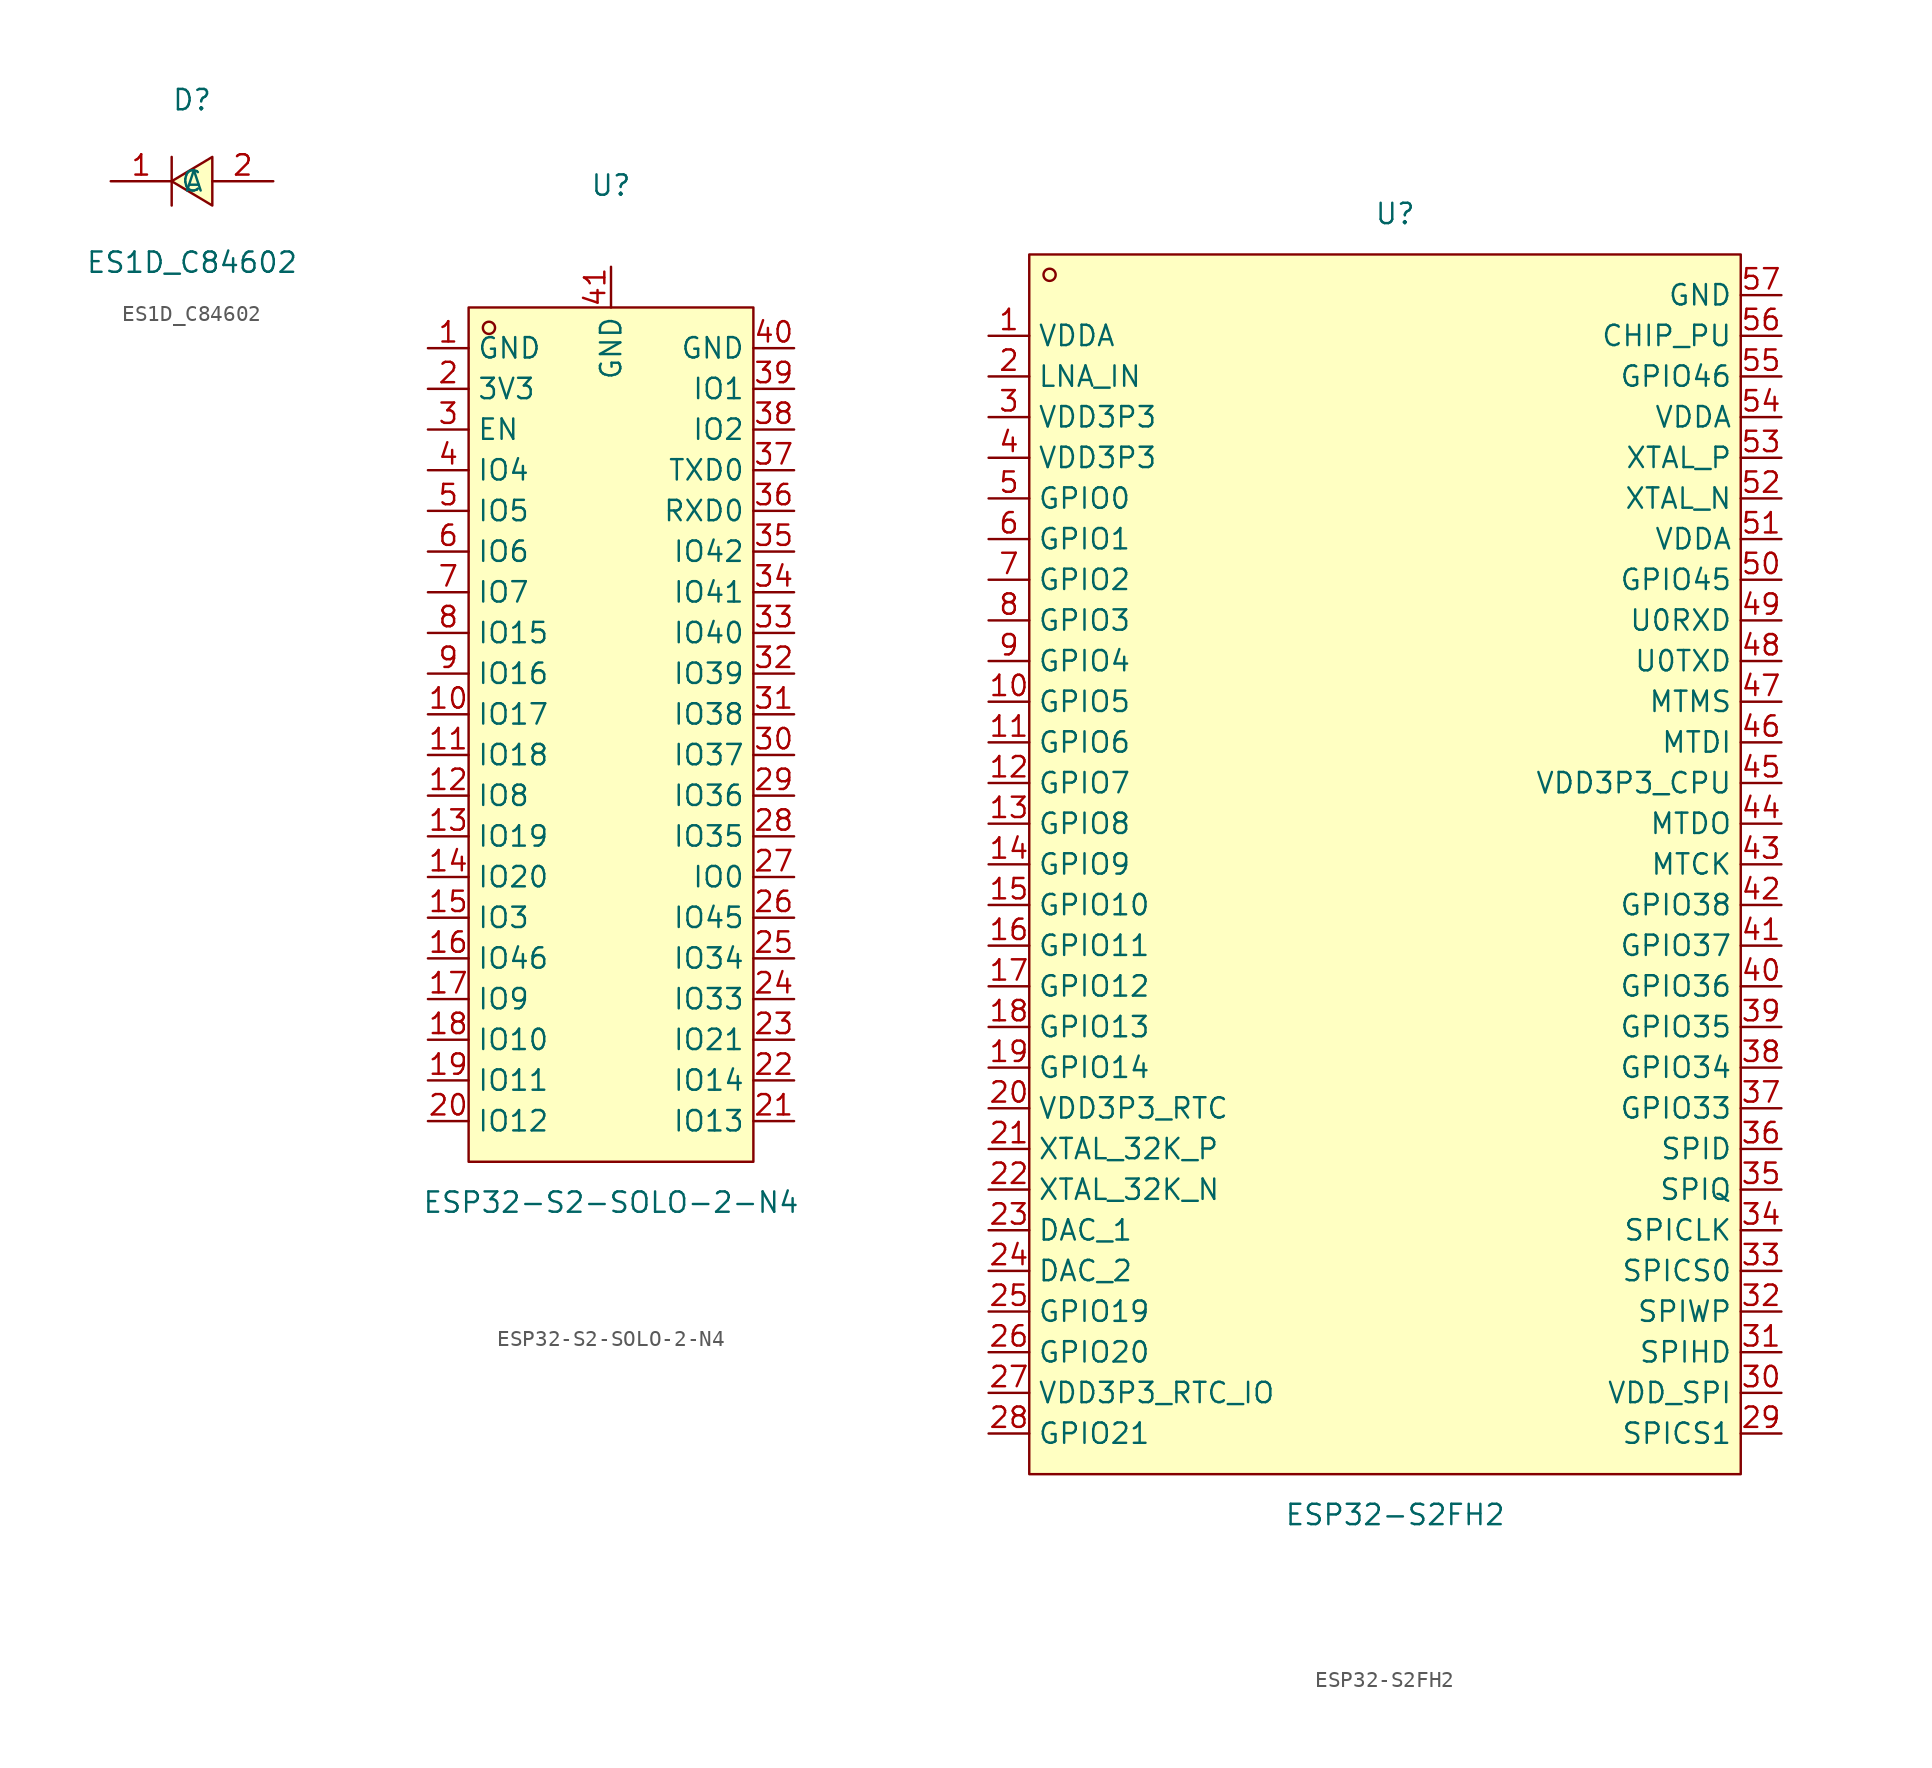
<source format=kicad_sym>
(kicad_symbol_lib
  (version 20231120)
  (generator "kicad_symbol_editor")
  (generator_version "8.0")
  (symbol "ES1D_C84602"
    (property "Reference" "D"
      (at 0 5.08 0)
      (effects (font (size 1.27 1.27))))
    (property "Value" "ES1D_C84602"
      (at 0 -5.08 0)
      (effects (font (size 1.27 1.27))))
    (symbol "ES1D_C84602_0_1"
      (polyline (pts (xy -1.27 -1.52) (xy -1.27 1.52)) (stroke (width 0) (type default)) (fill (type none)))
      (polyline (pts (xy 1.27 1.52) (xy -1.27 0) (xy 1.27 -1.52) (xy 1.27 1.52)) (stroke (width 0) (type default)) (fill (type background)))
      (pin unspecified line (at -5.08 0 0) (length 3.81) (name "C" (effects (font (size 1.27 1.27)))) (number "1" (effects (font (size 1.27 1.27)))))
      (pin unspecified line (at 5.08 0 180) (length 3.81) (name "A" (effects (font (size 1.27 1.27)))) (number "2" (effects (font (size 1.27 1.27)))))))
  (symbol "ESP32-S2-SOLO-2-N4"
    (property "Reference" "U"
      (at 0 34.29 0)
      (effects (font (size 1.27 1.27))))
    (property "Value" "ESP32-S2-SOLO-2-N4"
      (at 0 -29.21 0)
      (effects (font (size 1.27 1.27))))
    (symbol "ESP32-S2-SOLO-2-N4_0_1"
      (rectangle (start -8.89 26.67) (end 8.89 -26.67) (stroke (width 0) (type default)) (fill (type background)))
      (circle (center -7.62 25.4) (radius 0.38) (stroke (width 0) (type default)) (fill (type none)))
      (pin unspecified line (at -11.43 24.13 0) (length 2.54) (name "GND" (effects (font (size 1.27 1.27)))) (number "1" (effects (font (size 1.27 1.27)))))
      (pin unspecified line (at -11.43 1.27 0) (length 2.54) (name "IO17" (effects (font (size 1.27 1.27)))) (number "10" (effects (font (size 1.27 1.27)))))
      (pin unspecified line (at -11.43 -1.27 0) (length 2.54) (name "IO18" (effects (font (size 1.27 1.27)))) (number "11" (effects (font (size 1.27 1.27)))))
      (pin unspecified line (at -11.43 -3.81 0) (length 2.54) (name "IO8" (effects (font (size 1.27 1.27)))) (number "12" (effects (font (size 1.27 1.27)))))
      (pin unspecified line (at -11.43 -6.35 0) (length 2.54) (name "IO19" (effects (font (size 1.27 1.27)))) (number "13" (effects (font (size 1.27 1.27)))))
      (pin unspecified line (at -11.43 -8.89 0) (length 2.54) (name "IO20" (effects (font (size 1.27 1.27)))) (number "14" (effects (font (size 1.27 1.27)))))
      (pin unspecified line (at -11.43 -11.43 0) (length 2.54) (name "IO3" (effects (font (size 1.27 1.27)))) (number "15" (effects (font (size 1.27 1.27)))))
      (pin unspecified line (at -11.43 -13.97 0) (length 2.54) (name "IO46" (effects (font (size 1.27 1.27)))) (number "16" (effects (font (size 1.27 1.27)))))
      (pin unspecified line (at -11.43 -16.51 0) (length 2.54) (name "IO9" (effects (font (size 1.27 1.27)))) (number "17" (effects (font (size 1.27 1.27)))))
      (pin unspecified line (at -11.43 -19.05 0) (length 2.54) (name "IO10" (effects (font (size 1.27 1.27)))) (number "18" (effects (font (size 1.27 1.27)))))
      (pin unspecified line (at -11.43 -21.59 0) (length 2.54) (name "IO11" (effects (font (size 1.27 1.27)))) (number "19" (effects (font (size 1.27 1.27)))))
      (pin unspecified line (at -11.43 21.59 0) (length 2.54) (name "3V3" (effects (font (size 1.27 1.27)))) (number "2" (effects (font (size 1.27 1.27)))))
      (pin unspecified line (at -11.43 -24.13 0) (length 2.54) (name "IO12" (effects (font (size 1.27 1.27)))) (number "20" (effects (font (size 1.27 1.27)))))
      (pin unspecified line (at 11.43 -24.13 180) (length 2.54) (name "IO13" (effects (font (size 1.27 1.27)))) (number "21" (effects (font (size 1.27 1.27)))))
      (pin unspecified line (at 11.43 -21.59 180) (length 2.54) (name "IO14" (effects (font (size 1.27 1.27)))) (number "22" (effects (font (size 1.27 1.27)))))
      (pin unspecified line (at 11.43 -19.05 180) (length 2.54) (name "IO21" (effects (font (size 1.27 1.27)))) (number "23" (effects (font (size 1.27 1.27)))))
      (pin unspecified line (at 11.43 -16.51 180) (length 2.54) (name "IO33" (effects (font (size 1.27 1.27)))) (number "24" (effects (font (size 1.27 1.27)))))
      (pin unspecified line (at 11.43 -13.97 180) (length 2.54) (name "IO34" (effects (font (size 1.27 1.27)))) (number "25" (effects (font (size 1.27 1.27)))))
      (pin unspecified line (at 11.43 -11.43 180) (length 2.54) (name "IO45" (effects (font (size 1.27 1.27)))) (number "26" (effects (font (size 1.27 1.27)))))
      (pin unspecified line (at 11.43 -8.89 180) (length 2.54) (name "IO0" (effects (font (size 1.27 1.27)))) (number "27" (effects (font (size 1.27 1.27)))))
      (pin unspecified line (at 11.43 -6.35 180) (length 2.54) (name "IO35" (effects (font (size 1.27 1.27)))) (number "28" (effects (font (size 1.27 1.27)))))
      (pin unspecified line (at 11.43 -3.81 180) (length 2.54) (name "IO36" (effects (font (size 1.27 1.27)))) (number "29" (effects (font (size 1.27 1.27)))))
      (pin unspecified line (at -11.43 19.05 0) (length 2.54) (name "EN" (effects (font (size 1.27 1.27)))) (number "3" (effects (font (size 1.27 1.27)))))
      (pin unspecified line (at 11.43 -1.27 180) (length 2.54) (name "IO37" (effects (font (size 1.27 1.27)))) (number "30" (effects (font (size 1.27 1.27)))))
      (pin unspecified line (at 11.43 1.27 180) (length 2.54) (name "IO38" (effects (font (size 1.27 1.27)))) (number "31" (effects (font (size 1.27 1.27)))))
      (pin unspecified line (at 11.43 3.81 180) (length 2.54) (name "IO39" (effects (font (size 1.27 1.27)))) (number "32" (effects (font (size 1.27 1.27)))))
      (pin unspecified line (at 11.43 6.35 180) (length 2.54) (name "IO40" (effects (font (size 1.27 1.27)))) (number "33" (effects (font (size 1.27 1.27)))))
      (pin unspecified line (at 11.43 8.89 180) (length 2.54) (name "IO41" (effects (font (size 1.27 1.27)))) (number "34" (effects (font (size 1.27 1.27)))))
      (pin unspecified line (at 11.43 11.43 180) (length 2.54) (name "IO42" (effects (font (size 1.27 1.27)))) (number "35" (effects (font (size 1.27 1.27)))))
      (pin unspecified line (at 11.43 13.97 180) (length 2.54) (name "RXD0" (effects (font (size 1.27 1.27)))) (number "36" (effects (font (size 1.27 1.27)))))
      (pin unspecified line (at 11.43 16.51 180) (length 2.54) (name "TXD0" (effects (font (size 1.27 1.27)))) (number "37" (effects (font (size 1.27 1.27)))))
      (pin unspecified line (at 11.43 19.05 180) (length 2.54) (name "IO2" (effects (font (size 1.27 1.27)))) (number "38" (effects (font (size 1.27 1.27)))))
      (pin unspecified line (at 11.43 21.59 180) (length 2.54) (name "IO1" (effects (font (size 1.27 1.27)))) (number "39" (effects (font (size 1.27 1.27)))))
      (pin unspecified line (at -11.43 16.51 0) (length 2.54) (name "IO4" (effects (font (size 1.27 1.27)))) (number "4" (effects (font (size 1.27 1.27)))))
      (pin unspecified line (at 11.43 24.13 180) (length 2.54) (name "GND" (effects (font (size 1.27 1.27)))) (number "40" (effects (font (size 1.27 1.27)))))
      (pin unspecified line (at 0 29.21 270) (length 2.54) (name "GND" (effects (font (size 1.27 1.27)))) (number "41" (effects (font (size 1.27 1.27)))))
      (pin unspecified line (at -11.43 13.97 0) (length 2.54) (name "IO5" (effects (font (size 1.27 1.27)))) (number "5" (effects (font (size 1.27 1.27)))))
      (pin unspecified line (at -11.43 11.43 0) (length 2.54) (name "IO6" (effects (font (size 1.27 1.27)))) (number "6" (effects (font (size 1.27 1.27)))))
      (pin unspecified line (at -11.43 8.89 0) (length 2.54) (name "IO7" (effects (font (size 1.27 1.27)))) (number "7" (effects (font (size 1.27 1.27)))))
      (pin unspecified line (at -11.43 6.35 0) (length 2.54) (name "IO15" (effects (font (size 1.27 1.27)))) (number "8" (effects (font (size 1.27 1.27)))))
      (pin unspecified line (at -11.43 3.81 0) (length 2.54) (name "IO16" (effects (font (size 1.27 1.27)))) (number "9" (effects (font (size 1.27 1.27)))))))
  (symbol "ESP32-S2FH2"
    (property "Reference" "U"
      (at 0 40.64 0)
      (effects (font (size 1.27 1.27))))
    (property "Value" "ESP32-S2FH2"
      (at 0 -40.64 0)
      (effects (font (size 1.27 1.27))))
    (symbol "ESP32-S2FH2_0_1"
      (rectangle (start -22.86 38.1) (end 21.59 -38.1) (stroke (width 0) (type default)) (fill (type background)))
      (circle (center -21.59 36.83) (radius 0.38) (stroke (width 0) (type default)) (fill (type none)))
      (pin unspecified line (at -25.4 33.02 0) (length 2.54) (name "VDDA" (effects (font (size 1.27 1.27)))) (number "1" (effects (font (size 1.27 1.27)))))
      (pin unspecified line (at -25.4 10.16 0) (length 2.54) (name "GPIO5" (effects (font (size 1.27 1.27)))) (number "10" (effects (font (size 1.27 1.27)))))
      (pin unspecified line (at -25.4 7.62 0) (length 2.54) (name "GPIO6" (effects (font (size 1.27 1.27)))) (number "11" (effects (font (size 1.27 1.27)))))
      (pin unspecified line (at -25.4 5.08 0) (length 2.54) (name "GPIO7" (effects (font (size 1.27 1.27)))) (number "12" (effects (font (size 1.27 1.27)))))
      (pin unspecified line (at -25.4 2.54 0) (length 2.54) (name "GPIO8" (effects (font (size 1.27 1.27)))) (number "13" (effects (font (size 1.27 1.27)))))
      (pin unspecified line (at -25.4 0 0) (length 2.54) (name "GPIO9" (effects (font (size 1.27 1.27)))) (number "14" (effects (font (size 1.27 1.27)))))
      (pin unspecified line (at -25.4 -2.54 0) (length 2.54) (name "GPIO10" (effects (font (size 1.27 1.27)))) (number "15" (effects (font (size 1.27 1.27)))))
      (pin unspecified line (at -25.4 -5.08 0) (length 2.54) (name "GPIO11" (effects (font (size 1.27 1.27)))) (number "16" (effects (font (size 1.27 1.27)))))
      (pin unspecified line (at -25.4 -7.62 0) (length 2.54) (name "GPIO12" (effects (font (size 1.27 1.27)))) (number "17" (effects (font (size 1.27 1.27)))))
      (pin unspecified line (at -25.4 -10.16 0) (length 2.54) (name "GPIO13" (effects (font (size 1.27 1.27)))) (number "18" (effects (font (size 1.27 1.27)))))
      (pin unspecified line (at -25.4 -12.7 0) (length 2.54) (name "GPIO14" (effects (font (size 1.27 1.27)))) (number "19" (effects (font (size 1.27 1.27)))))
      (pin unspecified line (at -25.4 30.48 0) (length 2.54) (name "LNA_IN" (effects (font (size 1.27 1.27)))) (number "2" (effects (font (size 1.27 1.27)))))
      (pin unspecified line (at -25.4 -15.24 0) (length 2.54) (name "VDD3P3_RTC" (effects (font (size 1.27 1.27)))) (number "20" (effects (font (size 1.27 1.27)))))
      (pin unspecified line (at -25.4 -17.78 0) (length 2.54) (name "XTAL_32K_P" (effects (font (size 1.27 1.27)))) (number "21" (effects (font (size 1.27 1.27)))))
      (pin unspecified line (at -25.4 -20.32 0) (length 2.54) (name "XTAL_32K_N" (effects (font (size 1.27 1.27)))) (number "22" (effects (font (size 1.27 1.27)))))
      (pin unspecified line (at -25.4 -22.86 0) (length 2.54) (name "DAC_1" (effects (font (size 1.27 1.27)))) (number "23" (effects (font (size 1.27 1.27)))))
      (pin unspecified line (at -25.4 -25.4 0) (length 2.54) (name "DAC_2" (effects (font (size 1.27 1.27)))) (number "24" (effects (font (size 1.27 1.27)))))
      (pin unspecified line (at -25.4 -27.94 0) (length 2.54) (name "GPIO19" (effects (font (size 1.27 1.27)))) (number "25" (effects (font (size 1.27 1.27)))))
      (pin unspecified line (at -25.4 -30.48 0) (length 2.54) (name "GPIO20" (effects (font (size 1.27 1.27)))) (number "26" (effects (font (size 1.27 1.27)))))
      (pin unspecified line (at -25.4 -33.02 0) (length 2.54) (name "VDD3P3_RTC_IO" (effects (font (size 1.27 1.27)))) (number "27" (effects (font (size 1.27 1.27)))))
      (pin unspecified line (at -25.4 -35.56 0) (length 2.54) (name "GPIO21" (effects (font (size 1.27 1.27)))) (number "28" (effects (font (size 1.27 1.27)))))
      (pin unspecified line (at 24.13 -35.56 180) (length 2.54) (name "SPICS1" (effects (font (size 1.27 1.27)))) (number "29" (effects (font (size 1.27 1.27)))))
      (pin unspecified line (at -25.4 27.94 0) (length 2.54) (name "VDD3P3" (effects (font (size 1.27 1.27)))) (number "3" (effects (font (size 1.27 1.27)))))
      (pin unspecified line (at 24.13 -33.02 180) (length 2.54) (name "VDD_SPI" (effects (font (size 1.27 1.27)))) (number "30" (effects (font (size 1.27 1.27)))))
      (pin unspecified line (at 24.13 -30.48 180) (length 2.54) (name "SPIHD" (effects (font (size 1.27 1.27)))) (number "31" (effects (font (size 1.27 1.27)))))
      (pin unspecified line (at 24.13 -27.94 180) (length 2.54) (name "SPIWP" (effects (font (size 1.27 1.27)))) (number "32" (effects (font (size 1.27 1.27)))))
      (pin unspecified line (at 24.13 -25.4 180) (length 2.54) (name "SPICS0" (effects (font (size 1.27 1.27)))) (number "33" (effects (font (size 1.27 1.27)))))
      (pin unspecified line (at 24.13 -22.86 180) (length 2.54) (name "SPICLK" (effects (font (size 1.27 1.27)))) (number "34" (effects (font (size 1.27 1.27)))))
      (pin unspecified line (at 24.13 -20.32 180) (length 2.54) (name "SPIQ" (effects (font (size 1.27 1.27)))) (number "35" (effects (font (size 1.27 1.27)))))
      (pin unspecified line (at 24.13 -17.78 180) (length 2.54) (name "SPID" (effects (font (size 1.27 1.27)))) (number "36" (effects (font (size 1.27 1.27)))))
      (pin unspecified line (at 24.13 -15.24 180) (length 2.54) (name "GPIO33" (effects (font (size 1.27 1.27)))) (number "37" (effects (font (size 1.27 1.27)))))
      (pin unspecified line (at 24.13 -12.7 180) (length 2.54) (name "GPIO34" (effects (font (size 1.27 1.27)))) (number "38" (effects (font (size 1.27 1.27)))))
      (pin unspecified line (at 24.13 -10.16 180) (length 2.54) (name "GPIO35" (effects (font (size 1.27 1.27)))) (number "39" (effects (font (size 1.27 1.27)))))
      (pin unspecified line (at -25.4 25.4 0) (length 2.54) (name "VDD3P3" (effects (font (size 1.27 1.27)))) (number "4" (effects (font (size 1.27 1.27)))))
      (pin unspecified line (at 24.13 -7.62 180) (length 2.54) (name "GPIO36" (effects (font (size 1.27 1.27)))) (number "40" (effects (font (size 1.27 1.27)))))
      (pin unspecified line (at 24.13 -5.08 180) (length 2.54) (name "GPIO37" (effects (font (size 1.27 1.27)))) (number "41" (effects (font (size 1.27 1.27)))))
      (pin unspecified line (at 24.13 -2.54 180) (length 2.54) (name "GPIO38" (effects (font (size 1.27 1.27)))) (number "42" (effects (font (size 1.27 1.27)))))
      (pin unspecified line (at 24.13 0 180) (length 2.54) (name "MTCK" (effects (font (size 1.27 1.27)))) (number "43" (effects (font (size 1.27 1.27)))))
      (pin unspecified line (at 24.13 2.54 180) (length 2.54) (name "MTDO" (effects (font (size 1.27 1.27)))) (number "44" (effects (font (size 1.27 1.27)))))
      (pin unspecified line (at 24.13 5.08 180) (length 2.54) (name "VDD3P3_CPU" (effects (font (size 1.27 1.27)))) (number "45" (effects (font (size 1.27 1.27)))))
      (pin unspecified line (at 24.13 7.62 180) (length 2.54) (name "MTDI" (effects (font (size 1.27 1.27)))) (number "46" (effects (font (size 1.27 1.27)))))
      (pin unspecified line (at 24.13 10.16 180) (length 2.54) (name "MTMS" (effects (font (size 1.27 1.27)))) (number "47" (effects (font (size 1.27 1.27)))))
      (pin unspecified line (at 24.13 12.7 180) (length 2.54) (name "U0TXD" (effects (font (size 1.27 1.27)))) (number "48" (effects (font (size 1.27 1.27)))))
      (pin unspecified line (at 24.13 15.24 180) (length 2.54) (name "U0RXD" (effects (font (size 1.27 1.27)))) (number "49" (effects (font (size 1.27 1.27)))))
      (pin unspecified line (at -25.4 22.86 0) (length 2.54) (name "GPIO0" (effects (font (size 1.27 1.27)))) (number "5" (effects (font (size 1.27 1.27)))))
      (pin unspecified line (at 24.13 17.78 180) (length 2.54) (name "GPIO45" (effects (font (size 1.27 1.27)))) (number "50" (effects (font (size 1.27 1.27)))))
      (pin unspecified line (at 24.13 20.32 180) (length 2.54) (name "VDDA" (effects (font (size 1.27 1.27)))) (number "51" (effects (font (size 1.27 1.27)))))
      (pin unspecified line (at 24.13 22.86 180) (length 2.54) (name "XTAL_N" (effects (font (size 1.27 1.27)))) (number "52" (effects (font (size 1.27 1.27)))))
      (pin unspecified line (at 24.13 25.4 180) (length 2.54) (name "XTAL_P" (effects (font (size 1.27 1.27)))) (number "53" (effects (font (size 1.27 1.27)))))
      (pin unspecified line (at 24.13 27.94 180) (length 2.54) (name "VDDA" (effects (font (size 1.27 1.27)))) (number "54" (effects (font (size 1.27 1.27)))))
      (pin unspecified line (at 24.13 30.48 180) (length 2.54) (name "GPIO46" (effects (font (size 1.27 1.27)))) (number "55" (effects (font (size 1.27 1.27)))))
      (pin unspecified line (at 24.13 33.02 180) (length 2.54) (name "CHIP_PU" (effects (font (size 1.27 1.27)))) (number "56" (effects (font (size 1.27 1.27)))))
      (pin unspecified line (at 24.13 35.56 180) (length 2.54) (name "GND" (effects (font (size 1.27 1.27)))) (number "57" (effects (font (size 1.27 1.27)))))
      (pin unspecified line (at -25.4 20.32 0) (length 2.54) (name "GPIO1" (effects (font (size 1.27 1.27)))) (number "6" (effects (font (size 1.27 1.27)))))
      (pin unspecified line (at -25.4 17.78 0) (length 2.54) (name "GPIO2" (effects (font (size 1.27 1.27)))) (number "7" (effects (font (size 1.27 1.27)))))
      (pin unspecified line (at -25.4 15.24 0) (length 2.54) (name "GPIO3" (effects (font (size 1.27 1.27)))) (number "8" (effects (font (size 1.27 1.27)))))
      (pin unspecified line (at -25.4 12.7 0) (length 2.54) (name "GPIO4" (effects (font (size 1.27 1.27)))) (number "9" (effects (font (size 1.27 1.27))))))))
</source>
